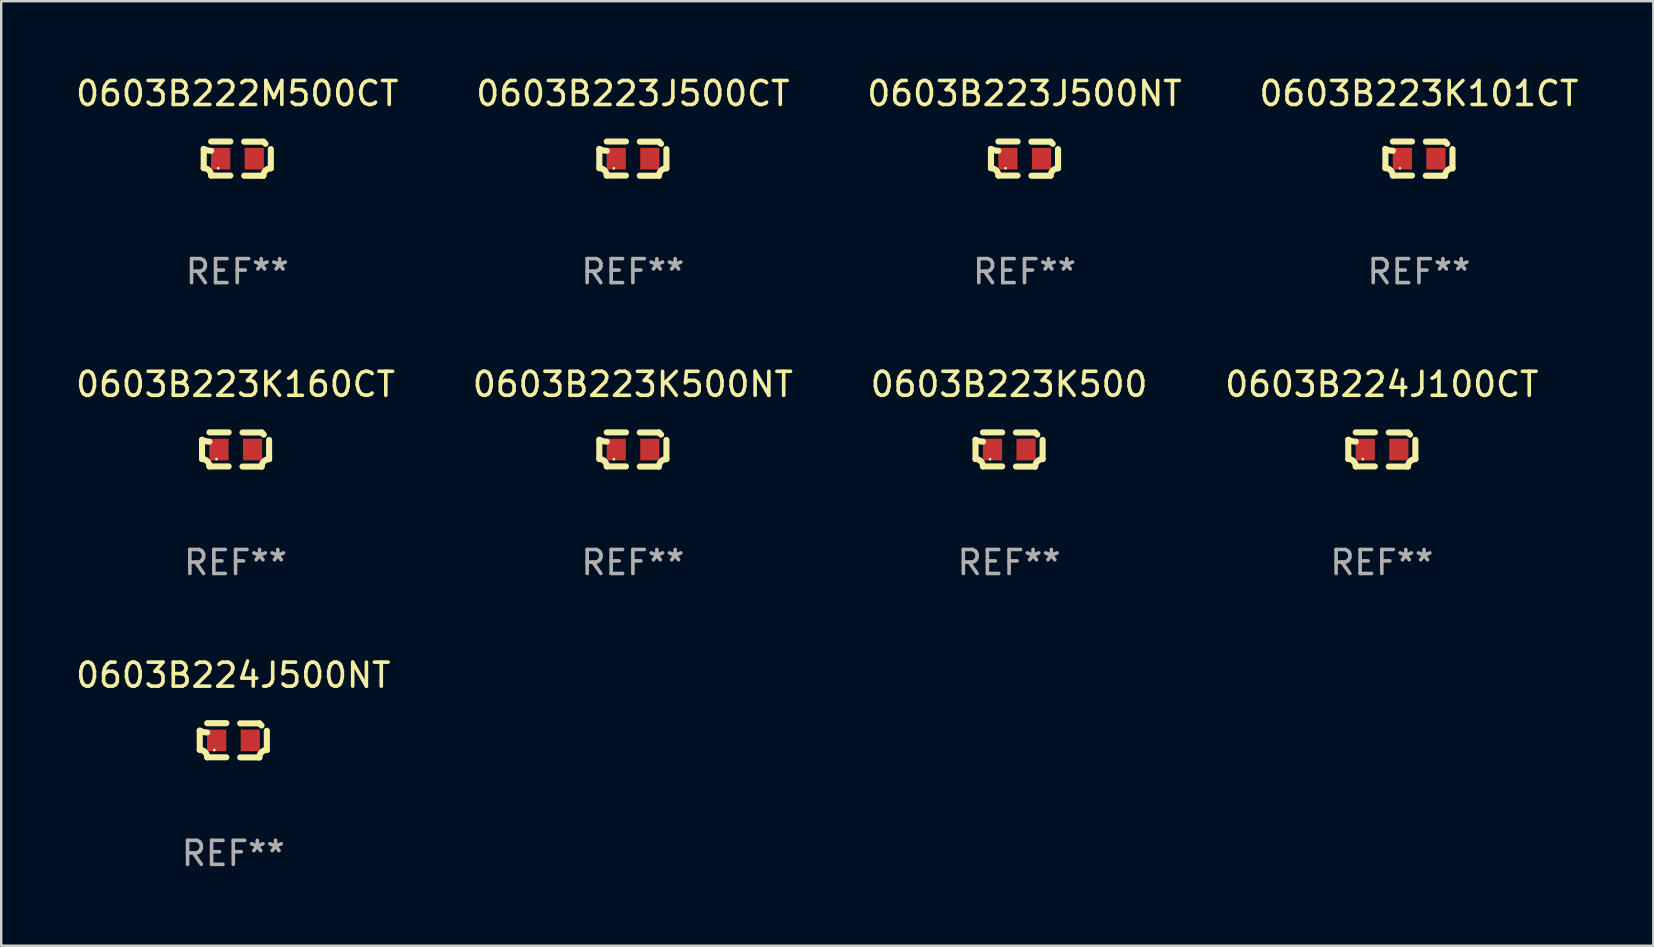
<source format=kicad_pcb>
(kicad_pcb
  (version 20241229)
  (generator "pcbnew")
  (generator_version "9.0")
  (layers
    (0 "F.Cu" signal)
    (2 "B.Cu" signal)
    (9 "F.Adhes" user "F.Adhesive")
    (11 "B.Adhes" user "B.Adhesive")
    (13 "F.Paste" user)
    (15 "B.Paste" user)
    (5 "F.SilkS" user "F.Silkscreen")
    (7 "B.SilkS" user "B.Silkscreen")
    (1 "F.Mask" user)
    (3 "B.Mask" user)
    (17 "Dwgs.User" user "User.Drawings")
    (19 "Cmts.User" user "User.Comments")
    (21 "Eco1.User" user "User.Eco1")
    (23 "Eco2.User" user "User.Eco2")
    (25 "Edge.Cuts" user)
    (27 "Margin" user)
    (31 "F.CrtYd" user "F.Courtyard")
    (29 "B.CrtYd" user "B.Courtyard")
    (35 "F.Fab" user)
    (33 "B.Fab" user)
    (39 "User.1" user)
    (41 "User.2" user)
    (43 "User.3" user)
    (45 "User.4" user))
  (footprint "0603B223K160CT"
    (layer "F.Cu")
    (at 6.768 15.683)
    (property "Reference" "0603B223K160CT" (at 0 -2.713 0) (layer "F.SilkS") (effects (font (size 1 1) (thickness 0.15))))
    (attr through_hole)
    (fp_line (start -1.398 -0.403) (end -1.398 0.397) (stroke (width 0.254) (type solid)) (layer "F.SilkS"))
    (fp_line (start -0.288 -0.713) (end -1.088 -0.713) (stroke (width 0.254) (type solid)) (layer "F.SilkS"))
    (fp_line (start -0.288 0.707) (end -1.088 0.707) (stroke (width 0.254) (type solid)) (layer "F.SilkS"))
    (fp_line (start 0.288 -0.707) (end 1.088 -0.707) (stroke (width 0.254) (type solid)) (layer "F.SilkS"))
    (fp_line (start 0.288 0.713) (end 1.088 0.713) (stroke (width 0.254) (type solid)) (layer "F.SilkS"))
    (fp_line (start 1.398 -0.397) (end 1.398 0.403) (stroke (width 0.254) (type solid)) (layer "F.SilkS"))
    (fp_arc (start -1.397789 0.397066) (mid -1.178701 0.487826) (end -1.08796 0.706922) (stroke (width 0.254001) (type solid)) (layer "F.SilkS"))
    (fp_arc (start -1.08796 -0.327176) (mid -1.247436 -0.346384) (end -1.39779 -0.402908) (stroke (width 0.254001) (type solid)) (layer "F.SilkS"))
    (fp_arc (start 1.087909 0.712738) (mid 1.178656 0.493655) (end 1.397739 0.402908) (stroke (width 0.254001) (type solid)) (layer "F.SilkS"))
    (fp_arc (start 1.175925 -0.618926) (mid 1.131917 -0.662923) (end 1.08791 -0.706922) (stroke (width 0.254001) (type solid)) (layer "F.SilkS"))
    (fp_circle (center -0.792 0.403) (end -0.762 0.403) (stroke (width 0.06) (type solid)) (fill no) (layer "F.SilkS"))
    (fp_text user "REF**" (at 0 4.713 0) (layer "F.Fab") (effects (font (size 1 1) (thickness 0.15))))
    (pad "1" smd rect (at -0.692 0.003) (size 0.8 0.9) (layers "F.Cu" "F.Mask" "F.Paste"))
    (pad "2" smd rect (at 0.708 0.003) (size 0.8 0.9) (layers "F.Cu" "F.Mask" "F.Paste")))
  (footprint "0603B224J100CT"
    (layer "F.Cu")
    (at 54.542 15.683)
    (property "Reference" "0603B224J100CT" (at 0 -2.713 0) (layer "F.SilkS") (effects (font (size 1 1) (thickness 0.15))))
    (attr through_hole)
    (fp_line (start -1.398 -0.403) (end -1.398 0.397) (stroke (width 0.254) (type solid)) (layer "F.SilkS"))
    (fp_line (start -0.288 -0.713) (end -1.088 -0.713) (stroke (width 0.254) (type solid)) (layer "F.SilkS"))
    (fp_line (start -0.288 0.707) (end -1.088 0.707) (stroke (width 0.254) (type solid)) (layer "F.SilkS"))
    (fp_line (start 0.288 -0.707) (end 1.088 -0.707) (stroke (width 0.254) (type solid)) (layer "F.SilkS"))
    (fp_line (start 0.288 0.713) (end 1.088 0.713) (stroke (width 0.254) (type solid)) (layer "F.SilkS"))
    (fp_line (start 1.398 -0.397) (end 1.398 0.403) (stroke (width 0.254) (type solid)) (layer "F.SilkS"))
    (fp_arc (start -1.397789 0.397066) (mid -1.178701 0.487826) (end -1.08796 0.706922) (stroke (width 0.254001) (type solid)) (layer "F.SilkS"))
    (fp_arc (start -1.08796 -0.327176) (mid -1.247436 -0.346384) (end -1.39779 -0.402908) (stroke (width 0.254001) (type solid)) (layer "F.SilkS"))
    (fp_arc (start 1.087909 0.712738) (mid 1.178656 0.493655) (end 1.397739 0.402908) (stroke (width 0.254001) (type solid)) (layer "F.SilkS"))
    (fp_arc (start 1.175925 -0.618926) (mid 1.131917 -0.662923) (end 1.08791 -0.706922) (stroke (width 0.254001) (type solid)) (layer "F.SilkS"))
    (fp_circle (center -0.792 0.403) (end -0.762 0.403) (stroke (width 0.06) (type solid)) (fill no) (layer "F.SilkS"))
    (fp_text user "REF**" (at 0 4.713 0) (layer "F.Fab") (effects (font (size 1 1) (thickness 0.15))))
    (pad "1" smd rect (at -0.692 0.003) (size 0.8 0.9) (layers "F.Cu" "F.Mask" "F.Paste"))
    (pad "2" smd rect (at 0.708 0.003) (size 0.8 0.9) (layers "F.Cu" "F.Mask" "F.Paste")))
  (footprint "0603B222M500CT"
    (layer "F.Cu")
    (at 6.839 3.561)
    (property "Reference" "0603B222M500CT" (at 0 -2.713 0) (layer "F.SilkS") (effects (font (size 1 1) (thickness 0.15))))
    (attr through_hole)
    (fp_line (start -1.398 -0.403) (end -1.398 0.397) (stroke (width 0.254) (type solid)) (layer "F.SilkS"))
    (fp_line (start -0.288 -0.713) (end -1.088 -0.713) (stroke (width 0.254) (type solid)) (layer "F.SilkS"))
    (fp_line (start -0.288 0.707) (end -1.088 0.707) (stroke (width 0.254) (type solid)) (layer "F.SilkS"))
    (fp_line (start 0.288 -0.707) (end 1.088 -0.707) (stroke (width 0.254) (type solid)) (layer "F.SilkS"))
    (fp_line (start 0.288 0.713) (end 1.088 0.713) (stroke (width 0.254) (type solid)) (layer "F.SilkS"))
    (fp_line (start 1.398 -0.397) (end 1.398 0.403) (stroke (width 0.254) (type solid)) (layer "F.SilkS"))
    (fp_arc (start -1.397789 0.397066) (mid -1.178701 0.487826) (end -1.08796 0.706922) (stroke (width 0.254001) (type solid)) (layer "F.SilkS"))
    (fp_arc (start -1.08796 -0.327176) (mid -1.247436 -0.346384) (end -1.39779 -0.402908) (stroke (width 0.254001) (type solid)) (layer "F.SilkS"))
    (fp_arc (start 1.087909 0.712738) (mid 1.178656 0.493655) (end 1.397739 0.402908) (stroke (width 0.254001) (type solid)) (layer "F.SilkS"))
    (fp_arc (start 1.175925 -0.618926) (mid 1.131917 -0.662923) (end 1.08791 -0.706922) (stroke (width 0.254001) (type solid)) (layer "F.SilkS"))
    (fp_circle (center -0.792 0.403) (end -0.762 0.403) (stroke (width 0.06) (type solid)) (fill no) (layer "F.SilkS"))
    (fp_text user "REF**" (at 0 4.713 0) (layer "F.Fab") (effects (font (size 1 1) (thickness 0.15))))
    (pad "1" smd rect (at -0.692 0.003) (size 0.8 0.9) (layers "F.Cu" "F.Mask" "F.Paste"))
    (pad "2" smd rect (at 0.708 0.003) (size 0.8 0.9) (layers "F.Cu" "F.Mask" "F.Paste")))
  (footprint "0603B223K101CT"
    (layer "F.Cu")
    (at 56.089 3.561)
    (property "Reference" "0603B223K101CT" (at 0 -2.713 0) (layer "F.SilkS") (effects (font (size 1 1) (thickness 0.15))))
    (attr through_hole)
    (fp_line (start -1.398 -0.403) (end -1.398 0.397) (stroke (width 0.254) (type solid)) (layer "F.SilkS"))
    (fp_line (start -0.288 -0.713) (end -1.088 -0.713) (stroke (width 0.254) (type solid)) (layer "F.SilkS"))
    (fp_line (start -0.288 0.707) (end -1.088 0.707) (stroke (width 0.254) (type solid)) (layer "F.SilkS"))
    (fp_line (start 0.288 -0.707) (end 1.088 -0.707) (stroke (width 0.254) (type solid)) (layer "F.SilkS"))
    (fp_line (start 0.288 0.713) (end 1.088 0.713) (stroke (width 0.254) (type solid)) (layer "F.SilkS"))
    (fp_line (start 1.398 -0.397) (end 1.398 0.403) (stroke (width 0.254) (type solid)) (layer "F.SilkS"))
    (fp_arc (start -1.397789 0.397066) (mid -1.178701 0.487826) (end -1.08796 0.706922) (stroke (width 0.254001) (type solid)) (layer "F.SilkS"))
    (fp_arc (start -1.08796 -0.327176) (mid -1.247436 -0.346384) (end -1.39779 -0.402908) (stroke (width 0.254001) (type solid)) (layer "F.SilkS"))
    (fp_arc (start 1.087909 0.712738) (mid 1.178656 0.493655) (end 1.397739 0.402908) (stroke (width 0.254001) (type solid)) (layer "F.SilkS"))
    (fp_arc (start 1.175925 -0.618926) (mid 1.131917 -0.662923) (end 1.08791 -0.706922) (stroke (width 0.254001) (type solid)) (layer "F.SilkS"))
    (fp_circle (center -0.792 0.403) (end -0.762 0.403) (stroke (width 0.06) (type solid)) (fill no) (layer "F.SilkS"))
    (fp_text user "REF**" (at 0 4.713 0) (layer "F.Fab") (effects (font (size 1 1) (thickness 0.15))))
    (pad "1" smd rect (at -0.692 0.003) (size 0.8 0.9) (layers "F.Cu" "F.Mask" "F.Paste"))
    (pad "2" smd rect (at 0.708 0.003) (size 0.8 0.9) (layers "F.Cu" "F.Mask" "F.Paste")))
  (footprint "0603B223J500CT"
    (layer "F.Cu")
    (at 23.327 3.561)
    (property "Reference" "0603B223J500CT" (at 0 -2.713 0) (layer "F.SilkS") (effects (font (size 1 1) (thickness 0.15))))
    (attr through_hole)
    (fp_line (start -1.398 -0.403) (end -1.398 0.397) (stroke (width 0.254) (type solid)) (layer "F.SilkS"))
    (fp_line (start -0.288 -0.713) (end -1.088 -0.713) (stroke (width 0.254) (type solid)) (layer "F.SilkS"))
    (fp_line (start -0.288 0.707) (end -1.088 0.707) (stroke (width 0.254) (type solid)) (layer "F.SilkS"))
    (fp_line (start 0.288 -0.707) (end 1.088 -0.707) (stroke (width 0.254) (type solid)) (layer "F.SilkS"))
    (fp_line (start 0.288 0.713) (end 1.088 0.713) (stroke (width 0.254) (type solid)) (layer "F.SilkS"))
    (fp_line (start 1.398 -0.397) (end 1.398 0.403) (stroke (width 0.254) (type solid)) (layer "F.SilkS"))
    (fp_arc (start -1.397789 0.397066) (mid -1.178701 0.487826) (end -1.08796 0.706922) (stroke (width 0.254001) (type solid)) (layer "F.SilkS"))
    (fp_arc (start -1.08796 -0.327176) (mid -1.247436 -0.346384) (end -1.39779 -0.402908) (stroke (width 0.254001) (type solid)) (layer "F.SilkS"))
    (fp_arc (start 1.087909 0.712738) (mid 1.178656 0.493655) (end 1.397739 0.402908) (stroke (width 0.254001) (type solid)) (layer "F.SilkS"))
    (fp_arc (start 1.175925 -0.618926) (mid 1.131917 -0.662923) (end 1.08791 -0.706922) (stroke (width 0.254001) (type solid)) (layer "F.SilkS"))
    (fp_circle (center -0.792 0.403) (end -0.762 0.403) (stroke (width 0.06) (type solid)) (fill no) (layer "F.SilkS"))
    (fp_text user "REF**" (at 0 4.713 0) (layer "F.Fab") (effects (font (size 1 1) (thickness 0.15))))
    (pad "1" smd rect (at -0.692 0.003) (size 0.8 0.9) (layers "F.Cu" "F.Mask" "F.Paste"))
    (pad "2" smd rect (at 0.708 0.003) (size 0.8 0.9) (layers "F.Cu" "F.Mask" "F.Paste")))
  (footprint "0603B223J500NT"
    (layer "F.Cu")
    (at 39.649 3.561)
    (property "Reference" "0603B223J500NT" (at 0 -2.713 0) (layer "F.SilkS") (effects (font (size 1 1) (thickness 0.15))))
    (attr through_hole)
    (fp_line (start -1.398 -0.403) (end -1.398 0.397) (stroke (width 0.254) (type solid)) (layer "F.SilkS"))
    (fp_line (start -0.288 -0.713) (end -1.088 -0.713) (stroke (width 0.254) (type solid)) (layer "F.SilkS"))
    (fp_line (start -0.288 0.707) (end -1.088 0.707) (stroke (width 0.254) (type solid)) (layer "F.SilkS"))
    (fp_line (start 0.288 -0.707) (end 1.088 -0.707) (stroke (width 0.254) (type solid)) (layer "F.SilkS"))
    (fp_line (start 0.288 0.713) (end 1.088 0.713) (stroke (width 0.254) (type solid)) (layer "F.SilkS"))
    (fp_line (start 1.398 -0.397) (end 1.398 0.403) (stroke (width 0.254) (type solid)) (layer "F.SilkS"))
    (fp_arc (start -1.397789 0.397066) (mid -1.178701 0.487826) (end -1.08796 0.706922) (stroke (width 0.254001) (type solid)) (layer "F.SilkS"))
    (fp_arc (start -1.08796 -0.327176) (mid -1.247436 -0.346384) (end -1.39779 -0.402908) (stroke (width 0.254001) (type solid)) (layer "F.SilkS"))
    (fp_arc (start 1.087909 0.712738) (mid 1.178656 0.493655) (end 1.397739 0.402908) (stroke (width 0.254001) (type solid)) (layer "F.SilkS"))
    (fp_arc (start 1.175925 -0.618926) (mid 1.131917 -0.662923) (end 1.08791 -0.706922) (stroke (width 0.254001) (type solid)) (layer "F.SilkS"))
    (fp_circle (center -0.792 0.403) (end -0.762 0.403) (stroke (width 0.06) (type solid)) (fill no) (layer "F.SilkS"))
    (fp_text user "REF**" (at 0 4.713 0) (layer "F.Fab") (effects (font (size 1 1) (thickness 0.15))))
    (pad "1" smd rect (at -0.692 0.003) (size 0.8 0.9) (layers "F.Cu" "F.Mask" "F.Paste"))
    (pad "2" smd rect (at 0.708 0.003) (size 0.8 0.9) (layers "F.Cu" "F.Mask" "F.Paste")))
  (footprint "0603B223K500NT"
    (layer "F.Cu")
    (at 23.327 15.683)
    (property "Reference" "0603B223K500NT" (at 0 -2.713 0) (layer "F.SilkS") (effects (font (size 1 1) (thickness 0.15))))
    (attr through_hole)
    (fp_line (start -1.398 -0.403) (end -1.398 0.397) (stroke (width 0.254) (type solid)) (layer "F.SilkS"))
    (fp_line (start -0.288 -0.713) (end -1.088 -0.713) (stroke (width 0.254) (type solid)) (layer "F.SilkS"))
    (fp_line (start -0.288 0.707) (end -1.088 0.707) (stroke (width 0.254) (type solid)) (layer "F.SilkS"))
    (fp_line (start 0.288 -0.707) (end 1.088 -0.707) (stroke (width 0.254) (type solid)) (layer "F.SilkS"))
    (fp_line (start 0.288 0.713) (end 1.088 0.713) (stroke (width 0.254) (type solid)) (layer "F.SilkS"))
    (fp_line (start 1.398 -0.397) (end 1.398 0.403) (stroke (width 0.254) (type solid)) (layer "F.SilkS"))
    (fp_arc (start -1.397789 0.397066) (mid -1.178701 0.487826) (end -1.08796 0.706922) (stroke (width 0.254001) (type solid)) (layer "F.SilkS"))
    (fp_arc (start -1.08796 -0.327176) (mid -1.247436 -0.346384) (end -1.39779 -0.402908) (stroke (width 0.254001) (type solid)) (layer "F.SilkS"))
    (fp_arc (start 1.087909 0.712738) (mid 1.178656 0.493655) (end 1.397739 0.402908) (stroke (width 0.254001) (type solid)) (layer "F.SilkS"))
    (fp_arc (start 1.175925 -0.618926) (mid 1.131917 -0.662923) (end 1.08791 -0.706922) (stroke (width 0.254001) (type solid)) (layer "F.SilkS"))
    (fp_circle (center -0.792 0.403) (end -0.762 0.403) (stroke (width 0.06) (type solid)) (fill no) (layer "F.SilkS"))
    (fp_text user "REF**" (at 0 4.713 0) (layer "F.Fab") (effects (font (size 1 1) (thickness 0.15))))
    (pad "1" smd rect (at -0.692 0.003) (size 0.8 0.9) (layers "F.Cu" "F.Mask" "F.Paste"))
    (pad "2" smd rect (at 0.708 0.003) (size 0.8 0.9) (layers "F.Cu" "F.Mask" "F.Paste")))
  (footprint "0603B224J500NT"
    (layer "F.Cu")
    (at 6.673 27.805)
    (property "Reference" "0603B224J500NT" (at 0 -2.713 0) (layer "F.SilkS") (effects (font (size 1 1) (thickness 0.15))))
    (attr through_hole)
    (fp_line (start -1.398 -0.403) (end -1.398 0.397) (stroke (width 0.254) (type solid)) (layer "F.SilkS"))
    (fp_line (start -0.288 -0.713) (end -1.088 -0.713) (stroke (width 0.254) (type solid)) (layer "F.SilkS"))
    (fp_line (start -0.288 0.707) (end -1.088 0.707) (stroke (width 0.254) (type solid)) (layer "F.SilkS"))
    (fp_line (start 0.288 -0.707) (end 1.088 -0.707) (stroke (width 0.254) (type solid)) (layer "F.SilkS"))
    (fp_line (start 0.288 0.713) (end 1.088 0.713) (stroke (width 0.254) (type solid)) (layer "F.SilkS"))
    (fp_line (start 1.398 -0.397) (end 1.398 0.403) (stroke (width 0.254) (type solid)) (layer "F.SilkS"))
    (fp_arc (start -1.397789 0.397066) (mid -1.178701 0.487826) (end -1.08796 0.706922) (stroke (width 0.254001) (type solid)) (layer "F.SilkS"))
    (fp_arc (start -1.08796 -0.327176) (mid -1.247436 -0.346384) (end -1.39779 -0.402908) (stroke (width 0.254001) (type solid)) (layer "F.SilkS"))
    (fp_arc (start 1.087909 0.712738) (mid 1.178656 0.493655) (end 1.397739 0.402908) (stroke (width 0.254001) (type solid)) (layer "F.SilkS"))
    (fp_arc (start 1.175925 -0.618926) (mid 1.131917 -0.662923) (end 1.08791 -0.706922) (stroke (width 0.254001) (type solid)) (layer "F.SilkS"))
    (fp_circle (center -0.792 0.403) (end -0.762 0.403) (stroke (width 0.06) (type solid)) (fill no) (layer "F.SilkS"))
    (fp_text user "REF**" (at 0 4.713 0) (layer "F.Fab") (effects (font (size 1 1) (thickness 0.15))))
    (pad "1" smd rect (at -0.692 0.003) (size 0.8 0.9) (layers "F.Cu" "F.Mask" "F.Paste"))
    (pad "2" smd rect (at 0.708 0.003) (size 0.8 0.9) (layers "F.Cu" "F.Mask" "F.Paste")))
  (footprint "0603B223K500"
    (layer "F.Cu")
    (at 39.006 15.683)
    (property "Reference" "0603B223K500" (at 0 -2.713 0) (layer "F.SilkS") (effects (font (size 1 1) (thickness 0.15))))
    (attr through_hole)
    (fp_line (start -1.398 -0.403) (end -1.398 0.397) (stroke (width 0.254) (type solid)) (layer "F.SilkS"))
    (fp_line (start -0.288 -0.713) (end -1.088 -0.713) (stroke (width 0.254) (type solid)) (layer "F.SilkS"))
    (fp_line (start -0.288 0.707) (end -1.088 0.707) (stroke (width 0.254) (type solid)) (layer "F.SilkS"))
    (fp_line (start 0.288 -0.707) (end 1.088 -0.707) (stroke (width 0.254) (type solid)) (layer "F.SilkS"))
    (fp_line (start 0.288 0.713) (end 1.088 0.713) (stroke (width 0.254) (type solid)) (layer "F.SilkS"))
    (fp_line (start 1.398 -0.397) (end 1.398 0.403) (stroke (width 0.254) (type solid)) (layer "F.SilkS"))
    (fp_arc (start -1.397789 0.397066) (mid -1.178701 0.487826) (end -1.08796 0.706922) (stroke (width 0.254001) (type solid)) (layer "F.SilkS"))
    (fp_arc (start -1.08796 -0.327176) (mid -1.247436 -0.346384) (end -1.39779 -0.402908) (stroke (width 0.254001) (type solid)) (layer "F.SilkS"))
    (fp_arc (start 1.087909 0.712738) (mid 1.178656 0.493655) (end 1.397739 0.402908) (stroke (width 0.254001) (type solid)) (layer "F.SilkS"))
    (fp_arc (start 1.175925 -0.618926) (mid 1.131917 -0.662923) (end 1.08791 -0.706922) (stroke (width 0.254001) (type solid)) (layer "F.SilkS"))
    (fp_circle (center -0.792 0.403) (end -0.762 0.403) (stroke (width 0.06) (type solid)) (fill no) (layer "F.SilkS"))
    (fp_text user "REF**" (at 0 4.713 0) (layer "F.Fab") (effects (font (size 1 1) (thickness 0.15))))
    (pad "1" smd rect (at -0.692 0.003) (size 0.8 0.9) (layers "F.Cu" "F.Mask" "F.Paste"))
    (pad "2" smd rect (at 0.708 0.003) (size 0.8 0.9) (layers "F.Cu" "F.Mask" "F.Paste")))
  (gr_rect
    (start -3 -3)
    (end 65.857 36.366)
    (stroke (width 0.1) (type default))
    (fill no)
    (layer "Edge.Cuts")))
</source>
